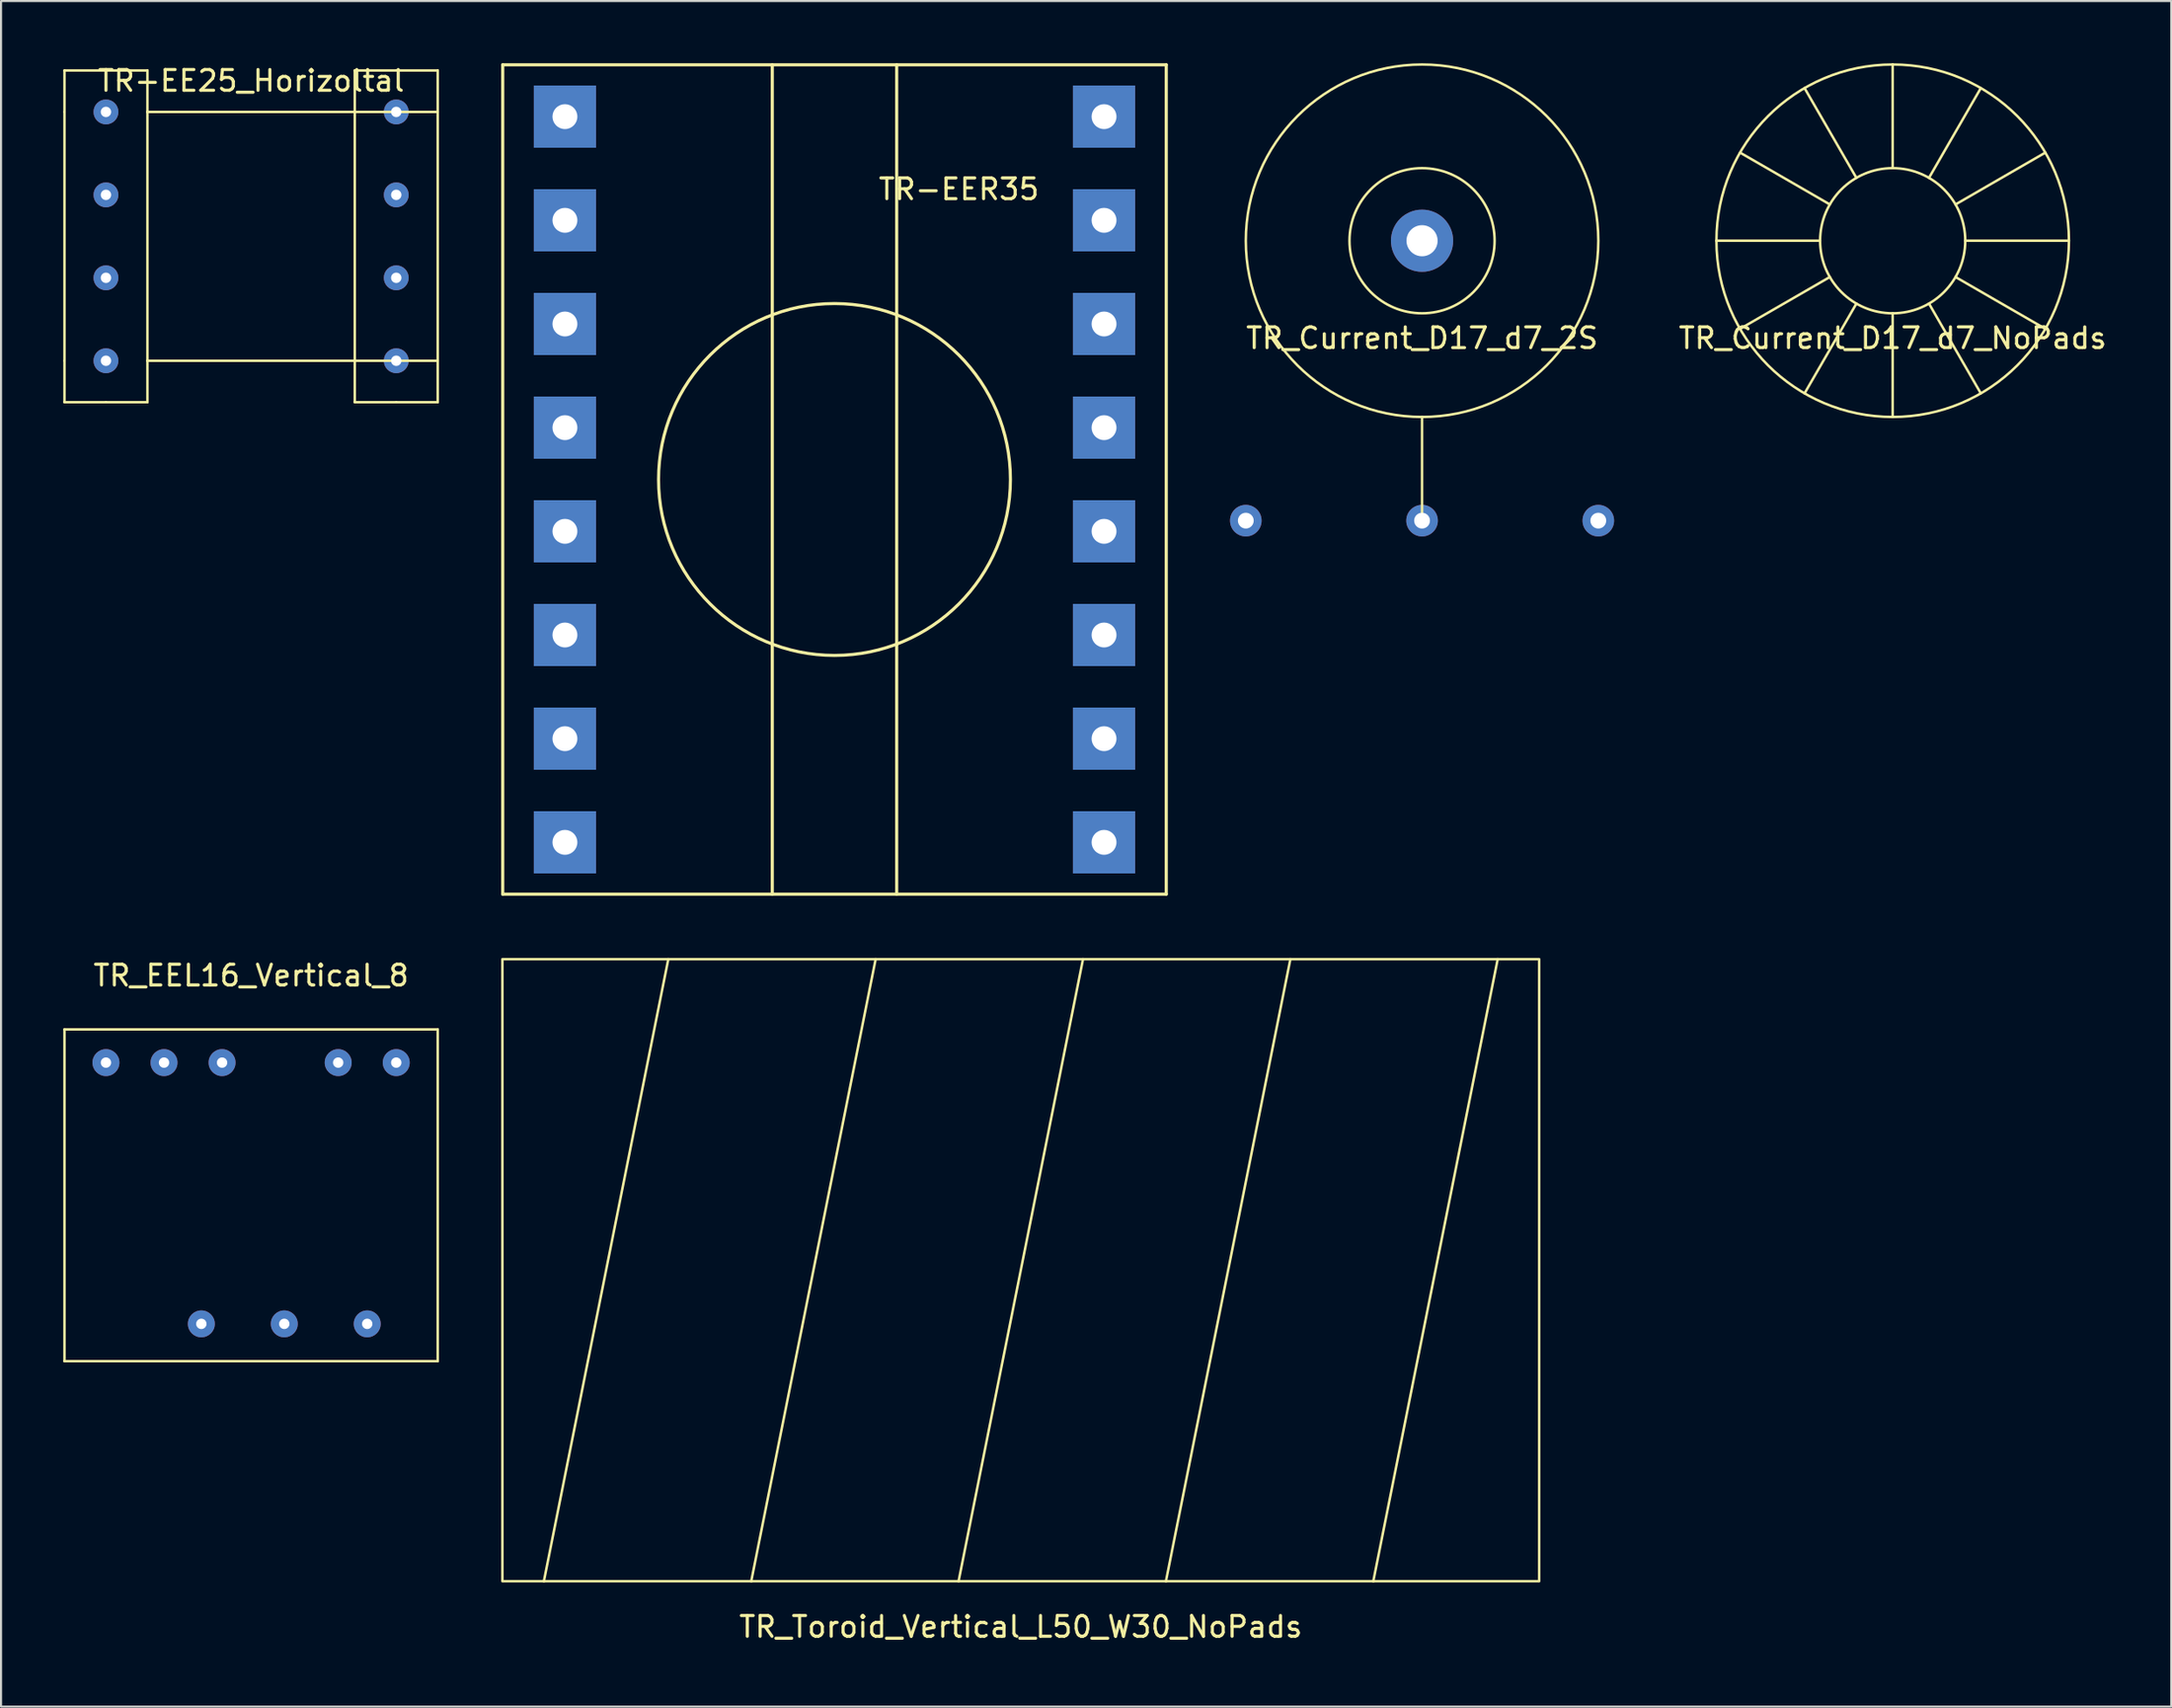
<source format=kicad_pcb>
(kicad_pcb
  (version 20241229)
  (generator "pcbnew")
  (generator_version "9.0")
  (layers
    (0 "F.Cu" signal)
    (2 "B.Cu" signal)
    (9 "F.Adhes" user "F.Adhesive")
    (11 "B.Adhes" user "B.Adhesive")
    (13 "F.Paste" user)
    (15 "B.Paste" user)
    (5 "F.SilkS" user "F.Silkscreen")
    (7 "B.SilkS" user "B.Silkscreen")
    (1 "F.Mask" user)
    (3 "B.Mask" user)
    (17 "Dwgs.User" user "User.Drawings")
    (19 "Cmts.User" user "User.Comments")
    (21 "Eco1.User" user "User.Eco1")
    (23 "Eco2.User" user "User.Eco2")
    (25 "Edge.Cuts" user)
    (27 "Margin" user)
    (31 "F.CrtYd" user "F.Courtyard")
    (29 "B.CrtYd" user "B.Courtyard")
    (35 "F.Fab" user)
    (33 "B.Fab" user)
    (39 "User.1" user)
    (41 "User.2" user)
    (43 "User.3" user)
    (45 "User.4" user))
  (footprint "TR_EEL16_Vertical_8"
    (layer "F.Cu")
    (at 9.06 54.598)
    (property "Reference" "TR_EEL16_Vertical_8" (at 0 -10.6 0) (unlocked yes) (layer "F.SilkS") (effects (font (size 1 1) (thickness 0.15))))
    (attr through_hole)
    (fp_line (start -9 -8) (end -9 8) (stroke (width 0.12) (type default)) (layer "F.SilkS"))
    (fp_line (start -9 8) (end 9 8) (stroke (width 0.12) (type default)) (layer "F.SilkS"))
    (fp_line (start 9 -8) (end -9 -8) (stroke (width 0.12) (type default)) (layer "F.SilkS"))
    (fp_line (start 9 8) (end 9 -8) (stroke (width 0.12) (type default)) (layer "F.SilkS"))
    (pad "1" thru_hole circle (at -2.4 6.2) (size 1.3 1.3) (drill 0.5) (layers "*.Cu" "*.Mask"))
    (pad "2" thru_hole circle (at 1.6 6.2) (size 1.3 1.3) (drill 0.5) (layers "*.Cu" "*.Mask"))
    (pad "3" thru_hole circle (at 5.6 6.2) (size 1.3 1.3) (drill 0.5) (layers "*.Cu" "*.Mask"))
    (pad "4" thru_hole circle (at -7 -6.4) (size 1.3 1.3) (drill 0.5) (layers "*.Cu" "*.Mask"))
    (pad "5" thru_hole circle (at -4.2 -6.4) (size 1.3 1.3) (drill 0.5) (layers "*.Cu" "*.Mask"))
    (pad "6" thru_hole circle (at -1.4 -6.4) (size 1.3 1.3) (drill 0.5) (layers "*.Cu" "*.Mask"))
    (pad "7" thru_hole circle (at 4.2 -6.4) (size 1.3 1.3) (drill 0.5) (layers "*.Cu" "*.Mask"))
    (pad "8" thru_hole circle (at 7 -6.4) (size 1.3 1.3) (drill 0.5) (layers "*.Cu" "*.Mask")))
  (footprint "TR_Current_D17_d7_NoPads"
    (layer "F.Cu")
    (at 88.229 8.56)
    (property "Reference" "TR_Current_D17_d7_NoPads" (at 0 4.7 0) (unlocked yes) (layer "F.SilkS") (effects (font (size 1 1) (thickness 0.15))))
    (attr through_hole)
    (fp_line (start -8.5 0) (end -3.5 0) (stroke (width 0.12) (type default)) (layer "F.SilkS"))
    (fp_line (start -7.361 -4.25) (end -3.031 -1.75) (stroke (width 0.12) (type default)) (layer "F.SilkS"))
    (fp_line (start -7.361 4.25) (end -3.031 1.75) (stroke (width 0.12) (type default)) (layer "F.SilkS"))
    (fp_line (start -4.25 -7.361) (end -1.75 -3.031) (stroke (width 0.12) (type default)) (layer "F.SilkS"))
    (fp_line (start -4.25 7.361) (end -1.75 3.031) (stroke (width 0.12) (type default)) (layer "F.SilkS"))
    (fp_line (start 0 -8.5) (end 0 -3.5) (stroke (width 0.12) (type default)) (layer "F.SilkS"))
    (fp_line (start 0 8.5) (end 0 3.5) (stroke (width 0.12) (type default)) (layer "F.SilkS"))
    (fp_line (start 4.25 -7.361) (end 1.75 -3.031) (stroke (width 0.12) (type default)) (layer "F.SilkS"))
    (fp_line (start 4.25 7.361) (end 1.75 3.031) (stroke (width 0.12) (type default)) (layer "F.SilkS"))
    (fp_line (start 7.361 -4.25) (end 3.031 -1.75) (stroke (width 0.12) (type default)) (layer "F.SilkS"))
    (fp_line (start 7.361 4.25) (end 3.031 1.75) (stroke (width 0.12) (type default)) (layer "F.SilkS"))
    (fp_line (start 8.5 0) (end 3.5 0) (stroke (width 0.12) (type default)) (layer "F.SilkS"))
    (fp_circle (center 0 0) (end 3.5 0) (stroke (width 0.12) (type default)) (fill no) (layer "F.SilkS"))
    (fp_circle (center 0 0) (end 8.5 0) (stroke (width 0.12) (type default)) (fill no) (layer "F.SilkS")))
  (footprint "TR_Toroid_Vertical_L50_W30_NoPads"
    (layer "F.Cu")
    (at 46.18 58.21)
    (property "Reference" "TR_Toroid_Vertical_L50_W30_NoPads" (at 0 17.2 0) (unlocked yes) (layer "F.SilkS") (effects (font (size 1 1) (thickness 0.15))))
    (attr through_hole)
    (fp_line (start -23 15) (end -17 -15) (stroke (width 0.12) (type default)) (layer "F.SilkS"))
    (fp_line (start -13 15) (end -7 -15) (stroke (width 0.12) (type default)) (layer "F.SilkS"))
    (fp_line (start -3 15) (end 3 -15) (stroke (width 0.12) (type default)) (layer "F.SilkS"))
    (fp_line (start 7 15) (end 13 -15) (stroke (width 0.12) (type default)) (layer "F.SilkS"))
    (fp_line (start 17 15) (end 23 -15) (stroke (width 0.12) (type default)) (layer "F.SilkS"))
    (fp_rect (start -25 -15) (end 25 15) (stroke (width 0.12) (type default)) (fill no) (layer "F.SilkS")))
  (footprint "TR-EER35"
    (layer "F.Cu")
    (at 37.195 20.075)
    (property "Reference" "TR-EER35" (at 6 -14 0) (layer "F.SilkS") (effects (font (size 1 1) (thickness 0.15))))
    (attr through_hole)
    (fp_line (start -16 -20) (end 16 -20) (stroke (width 0.15) (type solid)) (layer "F.SilkS"))
    (fp_line (start -16 20) (end -16 -20) (stroke (width 0.15) (type solid)) (layer "F.SilkS"))
    (fp_line (start -3 -20) (end -3 20) (stroke (width 0.15) (type solid)) (layer "F.SilkS"))
    (fp_line (start 3 20) (end 3 -20) (stroke (width 0.15) (type solid)) (layer "F.SilkS"))
    (fp_line (start 16 -20) (end 16 20) (stroke (width 0.15) (type solid)) (layer "F.SilkS"))
    (fp_line (start 16 20) (end -16 20) (stroke (width 0.15) (type solid)) (layer "F.SilkS"))
    (fp_circle (center 0 0) (end 6 6) (stroke (width 0.15) (type solid)) (fill no) (layer "F.SilkS"))
    (pad "1" thru_hole rect (at -13 -17.5) (size 3 3) (drill 1.2) (layers "*.Cu" "*.Mask"))
    (pad "2" thru_hole rect (at -13 -12.5) (size 3 3) (drill 1.2) (layers "*.Cu" "*.Mask"))
    (pad "3" thru_hole rect (at -13 -7.5) (size 3 3) (drill 1.2) (layers "*.Cu" "*.Mask"))
    (pad "4" thru_hole rect (at -13 -2.5) (size 3 3) (drill 1.2) (layers "*.Cu" "*.Mask"))
    (pad "5" thru_hole rect (at -13 2.5) (size 3 3) (drill 1.2) (layers "*.Cu" "*.Mask"))
    (pad "6" thru_hole rect (at -13 7.5) (size 3 3) (drill 1.2) (layers "*.Cu" "*.Mask"))
    (pad "7" thru_hole rect (at -13 12.5) (size 3 3) (drill 1.2) (layers "*.Cu" "*.Mask"))
    (pad "8" thru_hole rect (at -13 17.5) (size 3 3) (drill 1.2) (layers "*.Cu" "*.Mask"))
    (pad "9" thru_hole rect (at 13 17.5) (size 3 3) (drill 1.2) (layers "*.Cu" "*.Mask"))
    (pad "10" thru_hole rect (at 13 12.5) (size 3 3) (drill 1.2) (layers "*.Cu" "*.Mask"))
    (pad "11" thru_hole rect (at 13 7.5) (size 3 3) (drill 1.2) (layers "*.Cu" "*.Mask"))
    (pad "12" thru_hole rect (at 13 2.5) (size 3 3) (drill 1.2) (layers "*.Cu" "*.Mask"))
    (pad "13" thru_hole rect (at 13 -2.5) (size 3 3) (drill 1.2) (layers "*.Cu" "*.Mask"))
    (pad "14" thru_hole rect (at 13 -7.5) (size 3 3) (drill 1.2) (layers "*.Cu" "*.Mask"))
    (pad "15" thru_hole rect (at 13 -12.5) (size 3 3) (drill 1.2) (layers "*.Cu" "*.Mask"))
    (pad "16" thru_hole rect (at 13 -17.5) (size 3 3) (drill 1.2) (layers "*.Cu" "*.Mask")))
  (footprint "TR_Current_D17_d7_2S"
    (layer "F.Cu")
    (at 65.532 8.56)
    (property "Reference" "TR_Current_D17_d7_2S" (at 0 4.7 0) (unlocked yes) (layer "F.SilkS") (effects (font (size 1 1) (thickness 0.15))))
    (attr through_hole)
    (fp_line (start 0 8.5) (end 0 13.5) (stroke (width 0.12) (type default)) (layer "F.SilkS"))
    (fp_circle (center 0 0) (end 3.5 0) (stroke (width 0.12) (type default)) (fill no) (layer "F.SilkS"))
    (fp_circle (center 0 0) (end 8.5 0) (stroke (width 0.12) (type default)) (fill no) (layer "F.SilkS"))
    (pad "1" thru_hole circle (at -8.5 13.5) (size 1.524 1.524) (drill 0.762) (layers "*.Cu" "*.Mask"))
    (pad "1" thru_hole circle (at 0 13.5) (size 1.524 1.524) (drill 0.762) (layers "*.Cu" "*.Mask"))
    (pad "1" thru_hole circle (at 8.5 13.5) (size 1.524 1.524) (drill 0.762) (layers "*.Cu" "*.Mask"))
    (pad "2" thru_hole circle (at 0 0) (size 3 3) (drill 1.5) (layers "*.Cu" "*.Mask")))
  (footprint "TR-EE25_Horizoltal"
    (layer "F.Cu")
    (at 9.06 8.348)
    (property "Reference" "TR-EE25_Horizoltal" (at 0 -7.5 0) (layer "F.SilkS") (effects (font (size 1 1) (thickness 0.15))))
    (attr through_hole)
    (fp_line (start -9 -8) (end -7 -8) (stroke (width 0.12) (type solid)) (layer "F.SilkS"))
    (fp_line (start -9 -6) (end -9 -8) (stroke (width 0.12) (type solid)) (layer "F.SilkS"))
    (fp_line (start -9 6) (end -9 -6) (stroke (width 0.12) (type solid)) (layer "F.SilkS"))
    (fp_line (start -9 8) (end -9 6) (stroke (width 0.12) (type solid)) (layer "F.SilkS"))
    (fp_line (start -7 -8) (end -5 -8) (stroke (width 0.12) (type solid)) (layer "F.SilkS"))
    (fp_line (start -7 8) (end -9 8) (stroke (width 0.12) (type solid)) (layer "F.SilkS"))
    (fp_line (start -5 -8) (end -5 -6) (stroke (width 0.12) (type solid)) (layer "F.SilkS"))
    (fp_line (start -5 -6) (end -5 6) (stroke (width 0.12) (type solid)) (layer "F.SilkS"))
    (fp_line (start -5 -6) (end 5 -6) (stroke (width 0.12) (type solid)) (layer "F.SilkS"))
    (fp_line (start -5 6) (end -5 8) (stroke (width 0.12) (type solid)) (layer "F.SilkS"))
    (fp_line (start -5 6) (end 5 6) (stroke (width 0.12) (type solid)) (layer "F.SilkS"))
    (fp_line (start -5 8) (end -7 8) (stroke (width 0.12) (type solid)) (layer "F.SilkS"))
    (fp_line (start 5 -8) (end 7 -8) (stroke (width 0.12) (type solid)) (layer "F.SilkS"))
    (fp_line (start 5 -6) (end 5 -8) (stroke (width 0.12) (type solid)) (layer "F.SilkS"))
    (fp_line (start 5 6) (end 5 -6) (stroke (width 0.12) (type solid)) (layer "F.SilkS"))
    (fp_line (start 5 8) (end 5 6) (stroke (width 0.12) (type solid)) (layer "F.SilkS"))
    (fp_line (start 7 -8) (end 9 -8) (stroke (width 0.12) (type solid)) (layer "F.SilkS"))
    (fp_line (start 7 -6) (end 5 -6) (stroke (width 0.12) (type solid)) (layer "F.SilkS"))
    (fp_line (start 7 -6) (end 9 -6) (stroke (width 0.12) (type solid)) (layer "F.SilkS"))
    (fp_line (start 7 6) (end 5 6) (stroke (width 0.12) (type solid)) (layer "F.SilkS"))
    (fp_line (start 7 6) (end 9 6) (stroke (width 0.12) (type solid)) (layer "F.SilkS"))
    (fp_line (start 7 8) (end 5 8) (stroke (width 0.12) (type solid)) (layer "F.SilkS"))
    (fp_line (start 9 -8) (end 9 -6) (stroke (width 0.12) (type solid)) (layer "F.SilkS"))
    (fp_line (start 9 -6) (end 9 6) (stroke (width 0.12) (type solid)) (layer "F.SilkS"))
    (fp_line (start 9 6) (end 9 8) (stroke (width 0.12) (type solid)) (layer "F.SilkS"))
    (fp_line (start 9 8) (end 7 8) (stroke (width 0.12) (type solid)) (layer "F.SilkS"))
    (pad "1" thru_hole circle (at -7 -6) (size 1.2 1.2) (drill 0.5) (layers "*.Cu" "*.Mask"))
    (pad "2" thru_hole circle (at -7 -2) (size 1.2 1.2) (drill 0.5) (layers "*.Cu" "*.Mask"))
    (pad "3" thru_hole circle (at -7 2) (size 1.2 1.2) (drill 0.5) (layers "*.Cu" "*.Mask"))
    (pad "4" thru_hole circle (at -7 6) (size 1.2 1.2) (drill 0.5) (layers "*.Cu" "*.Mask"))
    (pad "5" thru_hole circle (at 7 -6) (size 1.2 1.2) (drill 0.5) (layers "*.Cu" "*.Mask"))
    (pad "6" thru_hole circle (at 7 -2) (size 1.2 1.2) (drill 0.5) (layers "*.Cu" "*.Mask"))
    (pad "7" thru_hole circle (at 7 2) (size 1.2 1.2) (drill 0.5) (layers "*.Cu" "*.Mask"))
    (pad "8" thru_hole circle (at 7 6) (size 1.2 1.2) (drill 0.5) (layers "*.Cu" "*.Mask")))
  (gr_rect
    (start -3 -3)
    (end 101.663 79.258)
    (stroke (width 0.1) (type default))
    (fill no)
    (layer "Edge.Cuts")))
</source>
